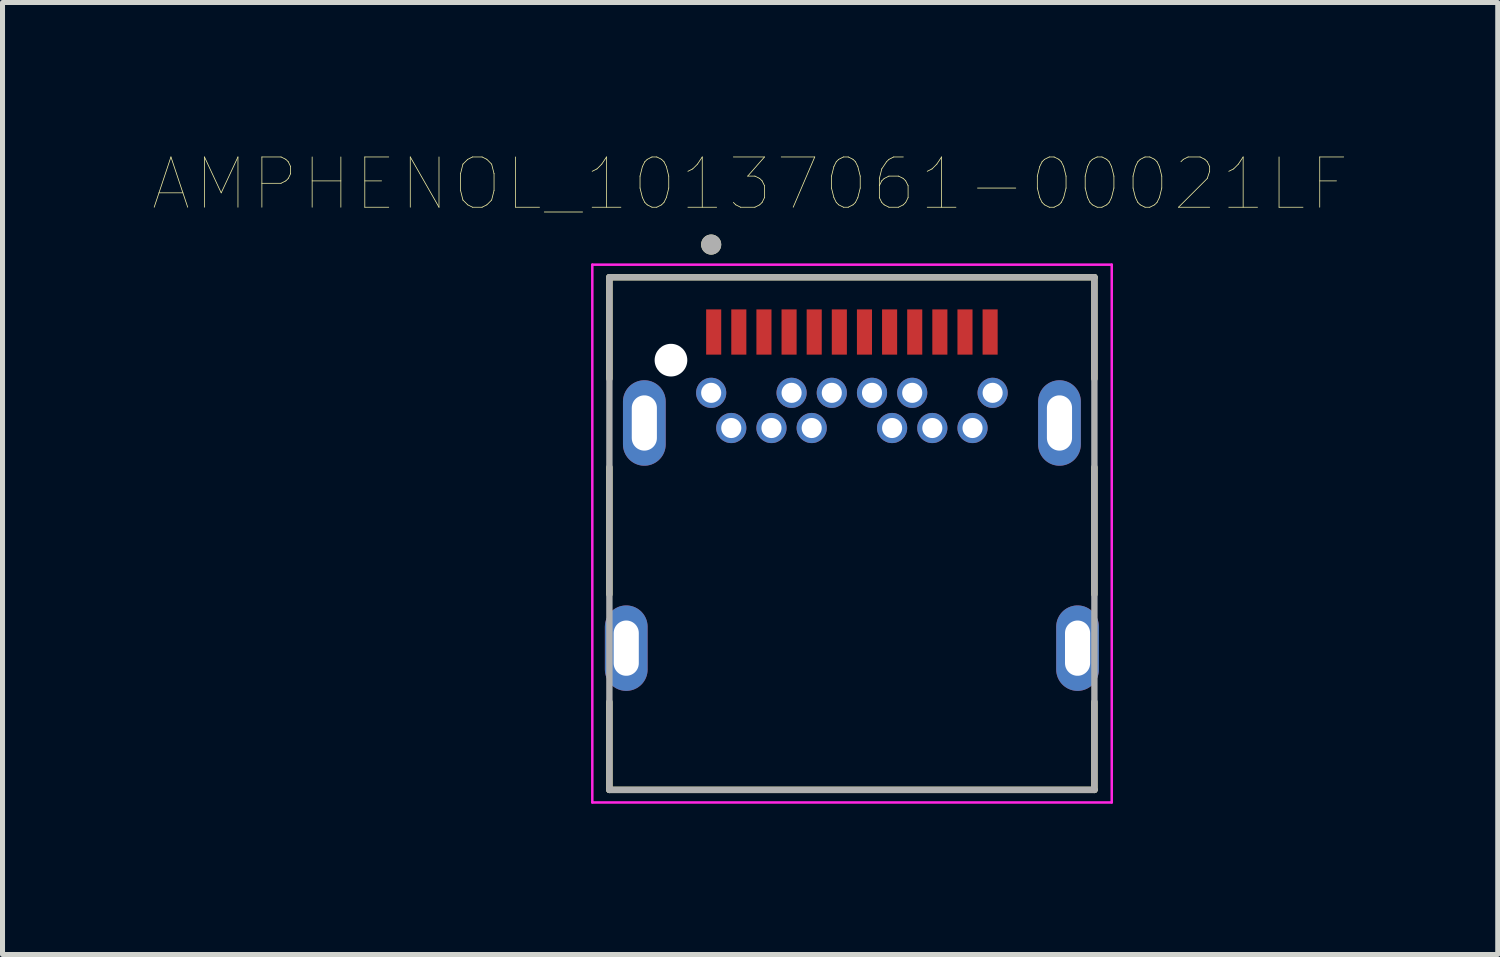
<source format=kicad_pcb>
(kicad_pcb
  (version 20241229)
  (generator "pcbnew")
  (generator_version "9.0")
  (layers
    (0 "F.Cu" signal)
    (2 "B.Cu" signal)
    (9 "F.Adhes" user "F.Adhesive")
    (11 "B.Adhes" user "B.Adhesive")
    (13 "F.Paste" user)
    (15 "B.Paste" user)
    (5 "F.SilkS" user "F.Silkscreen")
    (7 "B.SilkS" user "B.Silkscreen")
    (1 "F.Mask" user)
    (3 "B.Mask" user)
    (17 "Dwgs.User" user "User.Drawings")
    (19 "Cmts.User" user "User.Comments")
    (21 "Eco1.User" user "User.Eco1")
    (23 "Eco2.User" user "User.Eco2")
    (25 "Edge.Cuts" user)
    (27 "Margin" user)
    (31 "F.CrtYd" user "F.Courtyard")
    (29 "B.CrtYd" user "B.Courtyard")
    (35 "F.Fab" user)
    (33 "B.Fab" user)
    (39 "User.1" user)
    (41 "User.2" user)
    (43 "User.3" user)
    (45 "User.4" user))
  (footprint "AMPHENOL_10137061-00021LF"
    (layer "F.Cu")
    (at 10.3 4.116)
    (property "Reference" "AMPHENOL_10137061-00021LF" (at 1.575 -3.505 0) (layer "F.SilkS") (effects (font (size 1 1) (thickness 0.015))))
    (attr through_hole)
    (fp_line (start -1.225 -1.65) (end 8.425 -1.65) (stroke (width 0.127) (type solid)) (layer "F.SilkS"))
    (fp_line (start -1.225 0.37) (end -1.225 -1.65) (stroke (width 0.127) (type solid)) (layer "F.SilkS"))
    (fp_line (start -1.225 4.66) (end -1.225 2.13) (stroke (width 0.127) (type solid)) (layer "F.SilkS"))
    (fp_line (start -1.225 8.55) (end -1.225 6.8) (stroke (width 0.127) (type solid)) (layer "F.SilkS"))
    (fp_line (start 8.425 -1.65) (end 8.425 0.37) (stroke (width 0.127) (type solid)) (layer "F.SilkS"))
    (fp_line (start 8.425 2.13) (end 8.425 4.66) (stroke (width 0.127) (type solid)) (layer "F.SilkS"))
    (fp_line (start 8.425 6.8) (end 8.425 8.55) (stroke (width 0.127) (type solid)) (layer "F.SilkS"))
    (fp_line (start 8.425 8.55) (end -1.225 8.55) (stroke (width 0.127) (type solid)) (layer "F.SilkS"))
    (fp_circle (center 0.8 -2.3) (end 0.9 -2.3) (stroke (width 0.2) (type solid)) (fill no) (layer "F.SilkS"))
    (fp_line (start 7.35 -0.325) (end 7.05 -0.325) (stroke (width 0.0001) (type solid)) (layer "Edge.Cuts"))
    (fp_line (start 7.35 0.325) (end 7.05 0.325) (stroke (width 0.0001) (type solid)) (layer "Edge.Cuts"))
    (fp_arc (start 7.05 0.325) (mid 6.725 0) (end 7.05 -0.325) (stroke (width 0.0001) (type solid)) (layer "Edge.Cuts"))
    (fp_arc (start 7.35 -0.325) (mid 7.675 0) (end 7.35 0.325) (stroke (width 0.0001) (type solid)) (layer "Edge.Cuts"))
    (fp_line (start -1.565 -1.9) (end 8.77 -1.9) (stroke (width 0.05) (type solid)) (layer "F.CrtYd"))
    (fp_line (start -1.565 8.8) (end -1.565 -1.9) (stroke (width 0.05) (type solid)) (layer "F.CrtYd"))
    (fp_line (start 8.77 -1.9) (end 8.77 8.8) (stroke (width 0.05) (type solid)) (layer "F.CrtYd"))
    (fp_line (start 8.77 8.8) (end -1.565 8.8) (stroke (width 0.05) (type solid)) (layer "F.CrtYd"))
    (fp_line (start -1.225 -1.65) (end 8.425 -1.65) (stroke (width 0.127) (type solid)) (layer "F.Fab"))
    (fp_line (start -1.225 8.55) (end -1.225 -1.65) (stroke (width 0.127) (type solid)) (layer "F.Fab"))
    (fp_line (start 8.425 -1.65) (end 8.425 8.55) (stroke (width 0.127) (type solid)) (layer "F.Fab"))
    (fp_line (start 8.425 8.55) (end -1.225 8.55) (stroke (width 0.127) (type solid)) (layer "F.Fab"))
    (fp_circle (center 0.8 -2.3) (end 0.9 -2.3) (stroke (width 0.2) (type solid)) (fill no) (layer "F.Fab"))
    (pad "" np_thru_hole circle (at 0 0) (size 0.65 0.65) (drill 0.65) (layers "*.Cu" "*.Mask"))
    (pad "A1" smd rect (at 0.85 -0.56) (size 0.3 0.9) (layers "F.Cu" "F.Mask" "F.Paste"))
    (pad "A2" smd rect (at 1.35 -0.56) (size 0.3 0.9) (layers "F.Cu" "F.Mask" "F.Paste"))
    (pad "A3" smd rect (at 1.85 -0.56) (size 0.3 0.9) (layers "F.Cu" "F.Mask" "F.Paste"))
    (pad "A4" smd rect (at 2.35 -0.56) (size 0.3 0.9) (layers "F.Cu" "F.Mask" "F.Paste"))
    (pad "A5" smd rect (at 2.85 -0.56) (size 0.3 0.9) (layers "F.Cu" "F.Mask" "F.Paste"))
    (pad "A6" smd rect (at 3.35 -0.56) (size 0.3 0.9) (layers "F.Cu" "F.Mask" "F.Paste"))
    (pad "A7" smd rect (at 3.85 -0.56) (size 0.3 0.9) (layers "F.Cu" "F.Mask" "F.Paste"))
    (pad "A8" smd rect (at 4.35 -0.56) (size 0.3 0.9) (layers "F.Cu" "F.Mask" "F.Paste"))
    (pad "A9" smd rect (at 4.85 -0.56) (size 0.3 0.9) (layers "F.Cu" "F.Mask" "F.Paste"))
    (pad "A10" smd rect (at 5.35 -0.56) (size 0.3 0.9) (layers "F.Cu" "F.Mask" "F.Paste"))
    (pad "A11" smd rect (at 5.85 -0.56) (size 0.3 0.9) (layers "F.Cu" "F.Mask" "F.Paste"))
    (pad "A12" smd rect (at 6.35 -0.56) (size 0.3 0.9) (layers "F.Cu" "F.Mask" "F.Paste"))
    (pad "B1" thru_hole circle (at 6.4 0.65) (size 0.6 0.6) (drill 0.4) (layers "*.Cu" "*.Mask"))
    (pad "B2" thru_hole circle (at 6 1.35) (size 0.6 0.6) (drill 0.4) (layers "*.Cu" "*.Mask"))
    (pad "B3" thru_hole circle (at 5.2 1.35) (size 0.6 0.6) (drill 0.4) (layers "*.Cu" "*.Mask"))
    (pad "B4" thru_hole circle (at 4.8 0.65) (size 0.6 0.6) (drill 0.4) (layers "*.Cu" "*.Mask"))
    (pad "B5" thru_hole circle (at 4.4 1.35) (size 0.6 0.6) (drill 0.4) (layers "*.Cu" "*.Mask"))
    (pad "B6" thru_hole circle (at 4 0.65) (size 0.6 0.6) (drill 0.4) (layers "*.Cu" "*.Mask"))
    (pad "B7" thru_hole circle (at 3.2 0.65) (size 0.6 0.6) (drill 0.4) (layers "*.Cu" "*.Mask"))
    (pad "B8" thru_hole circle (at 2.8 1.35) (size 0.6 0.6) (drill 0.4) (layers "*.Cu" "*.Mask"))
    (pad "B9" thru_hole circle (at 2.4 0.65) (size 0.6 0.6) (drill 0.4) (layers "*.Cu" "*.Mask"))
    (pad "B10" thru_hole circle (at 2 1.35) (size 0.6 0.6) (drill 0.4) (layers "*.Cu" "*.Mask"))
    (pad "B11" thru_hole circle (at 1.2 1.35) (size 0.6 0.6) (drill 0.4) (layers "*.Cu" "*.Mask"))
    (pad "B12" thru_hole circle (at 0.8 0.65) (size 0.6 0.6) (drill 0.4) (layers "*.Cu" "*.Mask"))
    (pad "S1" thru_hole oval (at -0.53 1.25) (size 0.85 1.7) (drill oval 0.5 1.1) (layers "*.Cu" "*.Mask"))
    (pad "S2" thru_hole oval (at 7.73 1.25) (size 0.85 1.7) (drill oval 0.5 1.1) (layers "*.Cu" "*.Mask"))
    (pad "S3" thru_hole oval (at -0.89 5.73) (size 0.85 1.7) (drill oval 0.5 1.1) (layers "*.Cu" "*.Mask"))
    (pad "S4" thru_hole oval (at 8.09 5.73) (size 0.85 1.7) (drill oval 0.5 1.1) (layers "*.Cu" "*.Mask")))
  (gr_rect
    (start -3 -3)
    (end 26.75 15.941)
    (stroke (width 0.1) (type default))
    (fill no)
    (layer "Edge.Cuts")))
</source>
